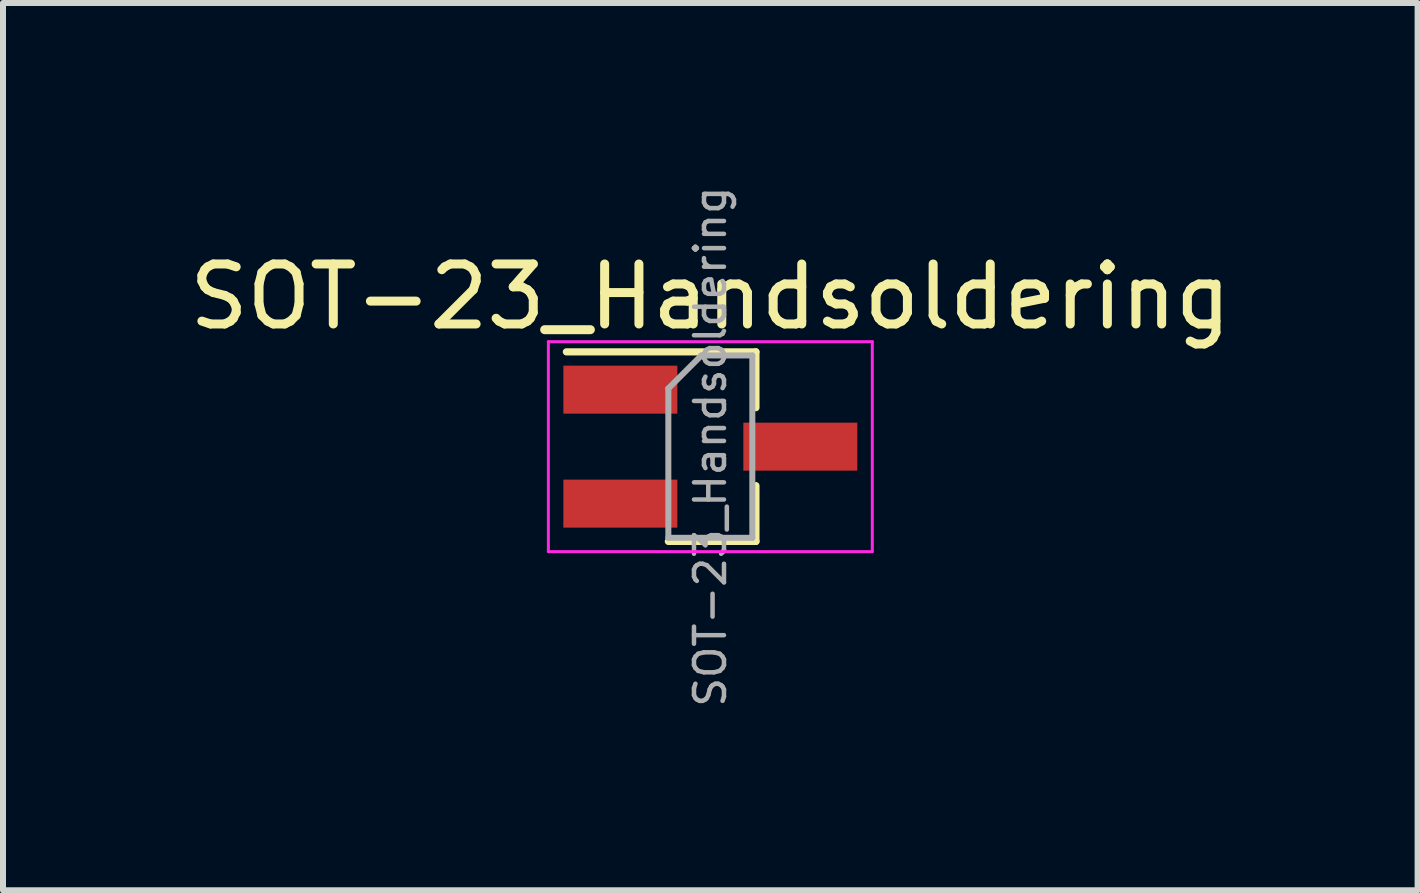
<source format=kicad_pcb>
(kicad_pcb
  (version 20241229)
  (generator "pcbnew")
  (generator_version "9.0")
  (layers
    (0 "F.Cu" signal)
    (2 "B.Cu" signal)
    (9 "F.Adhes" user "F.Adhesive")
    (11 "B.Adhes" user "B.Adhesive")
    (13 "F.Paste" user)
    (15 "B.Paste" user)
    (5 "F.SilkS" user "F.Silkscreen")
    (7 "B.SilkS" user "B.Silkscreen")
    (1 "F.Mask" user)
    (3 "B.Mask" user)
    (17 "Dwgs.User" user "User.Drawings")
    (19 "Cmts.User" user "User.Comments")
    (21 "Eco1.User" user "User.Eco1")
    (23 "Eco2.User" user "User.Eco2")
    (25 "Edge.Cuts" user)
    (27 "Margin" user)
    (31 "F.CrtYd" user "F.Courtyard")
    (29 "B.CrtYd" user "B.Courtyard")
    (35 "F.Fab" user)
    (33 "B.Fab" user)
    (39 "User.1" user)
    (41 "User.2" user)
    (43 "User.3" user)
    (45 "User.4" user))
  (footprint "SOT-23_Handsoldering"
    (layer "F.Cu")
    (at 8.792 4.396)
    (property "Reference" "SOT-23_Handsoldering" (at 0 -2.5 0) (layer "F.SilkS") (effects (font (size 1 1) (thickness 0.15))))
    (attr smd)
    (fp_line (start 0.76 -1.58) (end -2.4 -1.58) (stroke (width 0.12) (type solid)) (layer "F.SilkS"))
    (fp_line (start 0.76 -1.58) (end 0.76 -0.65) (stroke (width 0.12) (type solid)) (layer "F.SilkS"))
    (fp_line (start 0.76 1.58) (end -0.7 1.58) (stroke (width 0.12) (type solid)) (layer "F.SilkS"))
    (fp_line (start 0.76 1.58) (end 0.76 0.65) (stroke (width 0.12) (type solid)) (layer "F.SilkS"))
    (fp_line (start -2.7 -1.75) (end 2.7 -1.75) (stroke (width 0.05) (type solid)) (layer "F.CrtYd"))
    (fp_line (start -2.7 1.75) (end -2.7 -1.75) (stroke (width 0.05) (type solid)) (layer "F.CrtYd"))
    (fp_line (start 2.7 -1.75) (end 2.7 1.75) (stroke (width 0.05) (type solid)) (layer "F.CrtYd"))
    (fp_line (start 2.7 1.75) (end -2.7 1.75) (stroke (width 0.05) (type solid)) (layer "F.CrtYd"))
    (fp_line (start -0.7 1.52) (end -0.7 -0.97) (stroke (width 0.1) (type solid)) (layer "F.Fab"))
    (fp_line (start -0.7 1.52) (end 0.7 1.52) (stroke (width 0.1) (type solid)) (layer "F.Fab"))
    (fp_line (start -0.15 -1.52) (end -0.7 -0.97) (stroke (width 0.1) (type solid)) (layer "F.Fab"))
    (fp_line (start -0.15 -1.52) (end 0.7 -1.52) (stroke (width 0.1) (type solid)) (layer "F.Fab"))
    (fp_line (start 0.7 1.52) (end 0.7 -1.52) (stroke (width 0.1) (type solid)) (layer "F.Fab"))
    (fp_text user "${REFERENCE}" (at 0 0 90) (layer "F.Fab") (effects (font (size 0.5 0.5) (thickness 0.075))))
    (pad "1" smd rect (at -1.5 -0.95) (size 1.9 0.8) (layers "F.Cu" "F.Mask" "F.Paste"))
    (pad "2" smd rect (at -1.5 0.95) (size 1.9 0.8) (layers "F.Cu" "F.Mask" "F.Paste"))
    (pad "3" smd rect (at 1.5 0) (size 1.9 0.8) (layers "F.Cu" "F.Mask" "F.Paste")))
  (gr_rect
    (start -3 -3)
    (end 20.583 11.792)
    (stroke (width 0.1) (type default))
    (fill no)
    (layer "Edge.Cuts")))
</source>
